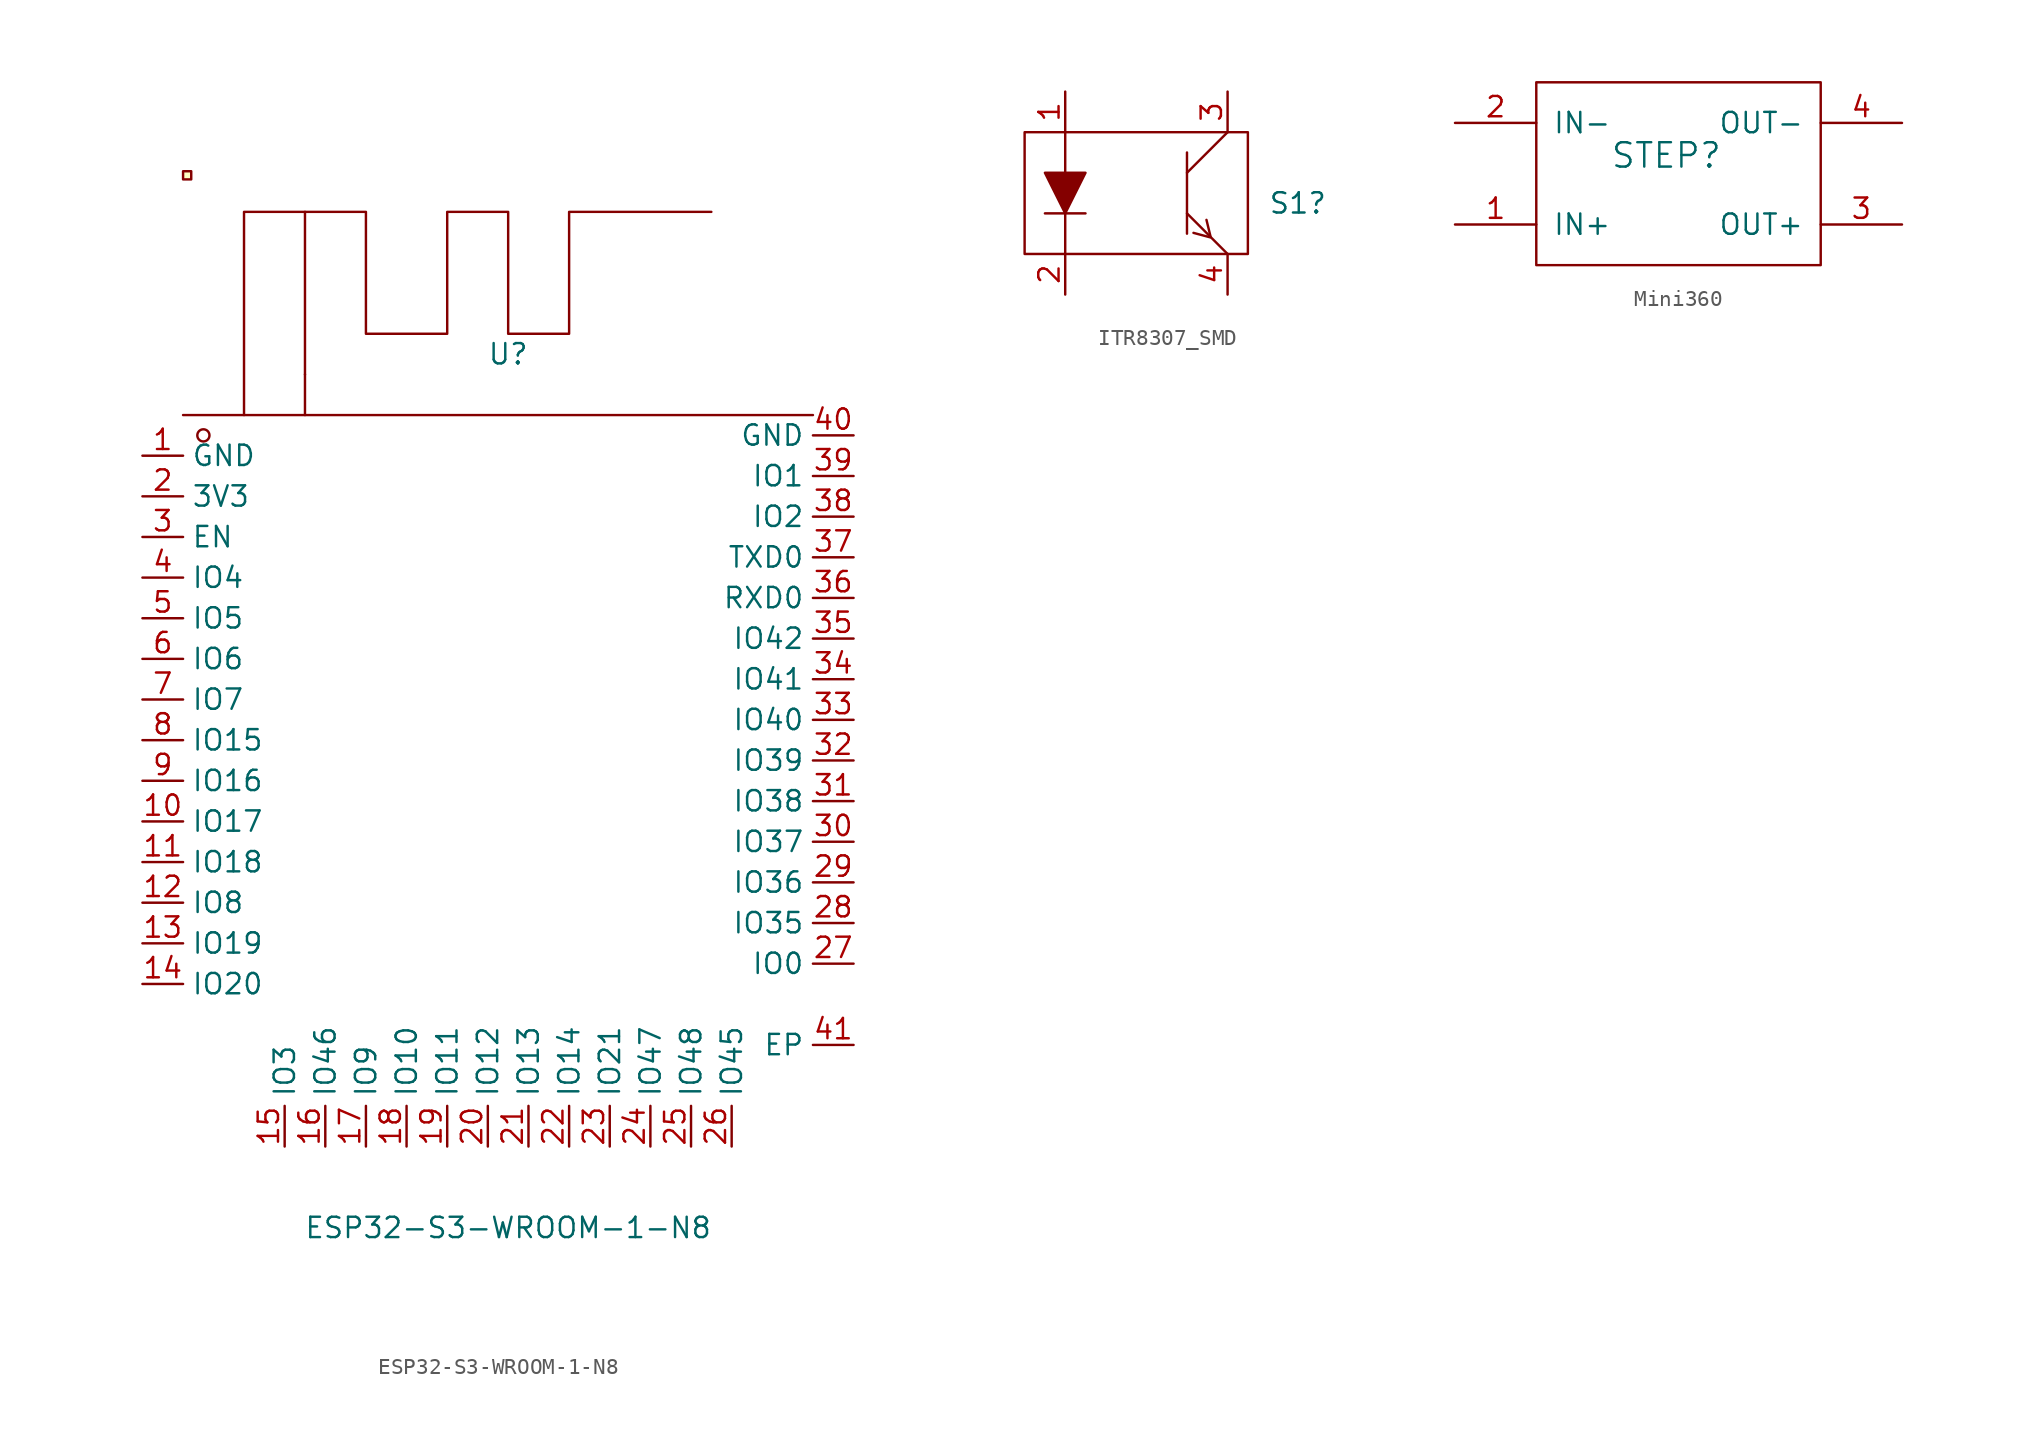
<source format=kicad_sym>
(kicad_symbol_lib
  (version 20241209)
  (generator kicad_symbol_editor)
  (symbol "ESP32-S3-WROOM-1-N8"
    (property "Reference" "U"
      (at 0 19.05 0)
      (effects (font (size 1.27 1.27))))
    (property "Value" "ESP32-S3-WROOM-1-N8"
      (at 0 -35.56 0)
      (effects (font (size 1.27 1.27))))
    (symbol "ESP32-S3-WROOM-1-N8_0_1"
      (rectangle (start -20.32 30.48) (end -19.81 29.97) (stroke (width 0) (type default)) (fill (type background)))
      (polyline (pts (xy -20.32 15.24) (xy 19.05 15.24)) (stroke (width 0) (type default)) (fill (type none)))
      (circle (center -19.05 13.97) (radius 0.38) (stroke (width 0) (type default)) (fill (type none)))
      (polyline (pts (xy -16.51 15.24) (xy -16.51 27.94) (xy -8.89 27.94) (xy -8.89 20.32) (xy -3.81 20.32) (xy -3.81 27.94) (xy 0 27.94) (xy 0 20.32) (xy 3.81 20.32) (xy 3.81 27.94) (xy 12.7 27.94)) (stroke (width 0) (type default)) (fill (type none)))
      (polyline (pts (xy -12.7 17.78) (xy -12.7 27.94)) (stroke (width 0) (type default)) (fill (type none)))
      (polyline (pts (xy -12.7 17.78) (xy -12.7 15.24)) (stroke (width 0) (type default)) (fill (type none)))
      (pin unspecified line (at -22.86 12.7 0) (length 2.54) (name "GND" (effects (font (size 1.27 1.27)))) (number "1" (effects (font (size 1.27 1.27)))))
      (pin unspecified line (at -22.86 10.16 0) (length 2.54) (name "3V3" (effects (font (size 1.27 1.27)))) (number "2" (effects (font (size 1.27 1.27)))))
      (pin unspecified line (at -22.86 7.62 0) (length 2.54) (name "EN" (effects (font (size 1.27 1.27)))) (number "3" (effects (font (size 1.27 1.27)))))
      (pin unspecified line (at -22.86 5.08 0) (length 2.54) (name "IO4" (effects (font (size 1.27 1.27)))) (number "4" (effects (font (size 1.27 1.27)))))
      (pin unspecified line (at -22.86 2.54 0) (length 2.54) (name "IO5" (effects (font (size 1.27 1.27)))) (number "5" (effects (font (size 1.27 1.27)))))
      (pin unspecified line (at -22.86 0 0) (length 2.54) (name "IO6" (effects (font (size 1.27 1.27)))) (number "6" (effects (font (size 1.27 1.27)))))
      (pin unspecified line (at -22.86 -2.54 0) (length 2.54) (name "IO7" (effects (font (size 1.27 1.27)))) (number "7" (effects (font (size 1.27 1.27)))))
      (pin unspecified line (at -22.86 -5.08 0) (length 2.54) (name "IO15" (effects (font (size 1.27 1.27)))) (number "8" (effects (font (size 1.27 1.27)))))
      (pin unspecified line (at -22.86 -7.62 0) (length 2.54) (name "IO16" (effects (font (size 1.27 1.27)))) (number "9" (effects (font (size 1.27 1.27)))))
      (pin unspecified line (at -22.86 -10.16 0) (length 2.54) (name "IO17" (effects (font (size 1.27 1.27)))) (number "10" (effects (font (size 1.27 1.27)))))
      (pin unspecified line (at -22.86 -12.7 0) (length 2.54) (name "IO18" (effects (font (size 1.27 1.27)))) (number "11" (effects (font (size 1.27 1.27)))))
      (pin unspecified line (at -22.86 -15.24 0) (length 2.54) (name "IO8" (effects (font (size 1.27 1.27)))) (number "12" (effects (font (size 1.27 1.27)))))
      (pin unspecified line (at -22.86 -17.78 0) (length 2.54) (name "IO19" (effects (font (size 1.27 1.27)))) (number "13" (effects (font (size 1.27 1.27)))))
      (pin unspecified line (at -22.86 -20.32 0) (length 2.54) (name "IO20" (effects (font (size 1.27 1.27)))) (number "14" (effects (font (size 1.27 1.27)))))
      (pin unspecified line (at -13.97 -30.48 90) (length 2.54) (name "IO3" (effects (font (size 1.27 1.27)))) (number "15" (effects (font (size 1.27 1.27)))))
      (pin unspecified line (at -11.43 -30.48 90) (length 2.54) (name "IO46" (effects (font (size 1.27 1.27)))) (number "16" (effects (font (size 1.27 1.27)))))
      (pin unspecified line (at -8.89 -30.48 90) (length 2.54) (name "IO9" (effects (font (size 1.27 1.27)))) (number "17" (effects (font (size 1.27 1.27)))))
      (pin unspecified line (at -6.35 -30.48 90) (length 2.54) (name "IO10" (effects (font (size 1.27 1.27)))) (number "18" (effects (font (size 1.27 1.27)))))
      (pin unspecified line (at -3.81 -30.48 90) (length 2.54) (name "IO11" (effects (font (size 1.27 1.27)))) (number "19" (effects (font (size 1.27 1.27)))))
      (pin unspecified line (at -1.27 -30.48 90) (length 2.54) (name "IO12" (effects (font (size 1.27 1.27)))) (number "20" (effects (font (size 1.27 1.27)))))
      (pin unspecified line (at 1.27 -30.48 90) (length 2.54) (name "IO13" (effects (font (size 1.27 1.27)))) (number "21" (effects (font (size 1.27 1.27)))))
      (pin unspecified line (at 3.81 -30.48 90) (length 2.54) (name "IO14" (effects (font (size 1.27 1.27)))) (number "22" (effects (font (size 1.27 1.27)))))
      (pin unspecified line (at 6.35 -30.48 90) (length 2.54) (name "IO21" (effects (font (size 1.27 1.27)))) (number "23" (effects (font (size 1.27 1.27)))))
      (pin unspecified line (at 8.89 -30.48 90) (length 2.54) (name "IO47" (effects (font (size 1.27 1.27)))) (number "24" (effects (font (size 1.27 1.27)))))
      (pin unspecified line (at 11.43 -30.48 90) (length 2.54) (name "IO48" (effects (font (size 1.27 1.27)))) (number "25" (effects (font (size 1.27 1.27)))))
      (pin unspecified line (at 13.97 -30.48 90) (length 2.54) (name "IO45" (effects (font (size 1.27 1.27)))) (number "26" (effects (font (size 1.27 1.27)))))
      (pin unspecified line (at 21.59 13.97 180) (length 2.54) (name "GND" (effects (font (size 1.27 1.27)))) (number "40" (effects (font (size 1.27 1.27)))))
      (pin unspecified line (at 21.59 11.43 180) (length 2.54) (name "IO1" (effects (font (size 1.27 1.27)))) (number "39" (effects (font (size 1.27 1.27)))))
      (pin unspecified line (at 21.59 8.89 180) (length 2.54) (name "IO2" (effects (font (size 1.27 1.27)))) (number "38" (effects (font (size 1.27 1.27)))))
      (pin unspecified line (at 21.59 6.35 180) (length 2.54) (name "TXD0" (effects (font (size 1.27 1.27)))) (number "37" (effects (font (size 1.27 1.27)))))
      (pin unspecified line (at 21.59 3.81 180) (length 2.54) (name "RXD0" (effects (font (size 1.27 1.27)))) (number "36" (effects (font (size 1.27 1.27)))))
      (pin unspecified line (at 21.59 1.27 180) (length 2.54) (name "IO42" (effects (font (size 1.27 1.27)))) (number "35" (effects (font (size 1.27 1.27)))))
      (pin unspecified line (at 21.59 -1.27 180) (length 2.54) (name "IO41" (effects (font (size 1.27 1.27)))) (number "34" (effects (font (size 1.27 1.27)))))
      (pin unspecified line (at 21.59 -3.81 180) (length 2.54) (name "IO40" (effects (font (size 1.27 1.27)))) (number "33" (effects (font (size 1.27 1.27)))))
      (pin unspecified line (at 21.59 -6.35 180) (length 2.54) (name "IO39" (effects (font (size 1.27 1.27)))) (number "32" (effects (font (size 1.27 1.27)))))
      (pin unspecified line (at 21.59 -8.89 180) (length 2.54) (name "IO38" (effects (font (size 1.27 1.27)))) (number "31" (effects (font (size 1.27 1.27)))))
      (pin unspecified line (at 21.59 -11.43 180) (length 2.54) (name "IO37" (effects (font (size 1.27 1.27)))) (number "30" (effects (font (size 1.27 1.27)))))
      (pin unspecified line (at 21.59 -13.97 180) (length 2.54) (name "IO36" (effects (font (size 1.27 1.27)))) (number "29" (effects (font (size 1.27 1.27)))))
      (pin unspecified line (at 21.59 -16.51 180) (length 2.54) (name "IO35" (effects (font (size 1.27 1.27)))) (number "28" (effects (font (size 1.27 1.27)))))
      (pin unspecified line (at 21.59 -19.05 180) (length 2.54) (name "IO0" (effects (font (size 1.27 1.27)))) (number "27" (effects (font (size 1.27 1.27)))))
      (pin unspecified line (at 21.59 -24.13 180) (length 2.54) (name "EP" (effects (font (size 1.27 1.27)))) (number "41" (effects (font (size 1.27 1.27)))))))
  (symbol "ITR8307_SMD"
    (property "Reference" "S1"
      (at 8.89 -0.635 0)
      (effects (font (size 1.27 1.27)) (justify left)))
    (symbol "ITR8307_SMD_0_1"
      (rectangle (start -6.35 3.81) (end 7.62 -3.81) (stroke (width 0) (type solid)) (fill (type none)))
      (polyline (pts (xy -5.08 1.27) (xy -2.54 1.27) (xy -3.81 -1.27) (xy -5.08 1.27)) (stroke (width 0) (type solid)) (fill (type outline)))
      (polyline (pts (xy -5.08 -1.27) (xy -2.54 -1.27)) (stroke (width 0) (type solid)) (fill (type none)))
      (polyline (pts (xy -3.81 3.81) (xy -3.81 -3.81)) (stroke (width 0) (type solid)) (fill (type none)))
      (polyline (pts (xy 3.81 2.54) (xy 3.81 -2.54)) (stroke (width 0) (type solid)) (fill (type none)))
      (polyline (pts (xy 5.258 -2.769) (xy 4.216 -2.489)) (stroke (width 0) (type solid)) (fill (type none)))
      (polyline (pts (xy 5.283 -2.718) (xy 5.029 -1.676)) (stroke (width 0) (type solid)) (fill (type none)))
      (polyline (pts (xy 6.35 3.81) (xy 3.81 1.27)) (stroke (width 0) (type solid)) (fill (type none)))
      (polyline (pts (xy 6.35 -3.81) (xy 3.81 -1.27)) (stroke (width 0) (type solid)) (fill (type none))))
    (symbol "ITR8307_SMD_1_1"
      (pin input line (at -3.81 6.35 270) (length 2.54) (name "~" (effects (font (size 1.27 1.27)))) (number "1" (effects (font (size 1.27 1.27)))))
      (pin power_in line (at -3.81 -6.35 90) (length 2.54) (name "~" (effects (font (size 1.27 1.27)))) (number "2" (effects (font (size 1.27 1.27)))))
      (pin open_collector line (at 6.35 6.35 270) (length 2.54) (name "~" (effects (font (size 1.27 1.27)))) (number "3" (effects (font (size 1.27 1.27)))))
      (pin power_in line (at 6.35 -6.35 90) (length 2.54) (name "~" (effects (font (size 1.27 1.27)))) (number "4" (effects (font (size 1.27 1.27)))))))
  (symbol "Mini360"
    (pin_names
      (offset 1.016))
    (property "Reference" "STEP"
      (at -0.762 1.778 0)
      (effects (font (size 1.524 1.524))))
    (symbol "Mini360_0_1"
      (rectangle (start -8.89 6.35) (end 8.89 -5.08) (stroke (width 0) (type solid)) (fill (type none))))
    (symbol "Mini360_1_1"
      (pin input line (at -13.97 3.81 0) (length 5.08) (name "IN-" (effects (font (size 1.27 1.27)))) (number "2" (effects (font (size 1.27 1.27)))))
      (pin power_in line (at -13.97 -2.54 0) (length 5.08) (name "IN+" (effects (font (size 1.27 1.27)))) (number "1" (effects (font (size 1.27 1.27)))))
      (pin output line (at 13.97 3.81 180) (length 5.08) (name "OUT-" (effects (font (size 1.27 1.27)))) (number "4" (effects (font (size 1.27 1.27)))))
      (pin power_in line (at 13.97 -2.54 180) (length 5.08) (name "OUT+" (effects (font (size 1.27 1.27)))) (number "3" (effects (font (size 1.27 1.27))))))))
</source>
